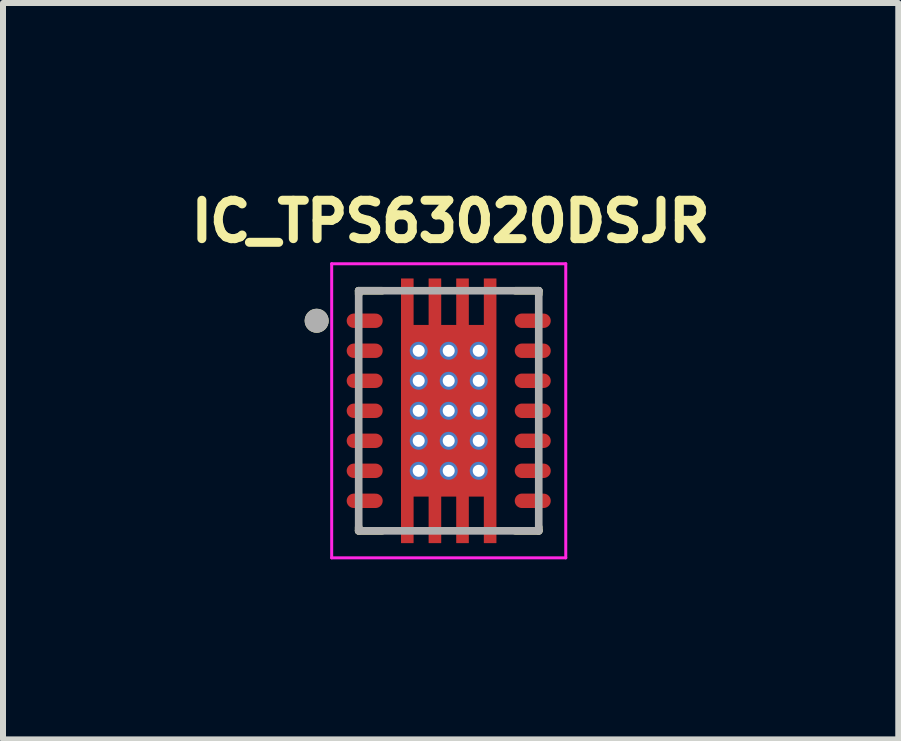
<source format=kicad_pcb>
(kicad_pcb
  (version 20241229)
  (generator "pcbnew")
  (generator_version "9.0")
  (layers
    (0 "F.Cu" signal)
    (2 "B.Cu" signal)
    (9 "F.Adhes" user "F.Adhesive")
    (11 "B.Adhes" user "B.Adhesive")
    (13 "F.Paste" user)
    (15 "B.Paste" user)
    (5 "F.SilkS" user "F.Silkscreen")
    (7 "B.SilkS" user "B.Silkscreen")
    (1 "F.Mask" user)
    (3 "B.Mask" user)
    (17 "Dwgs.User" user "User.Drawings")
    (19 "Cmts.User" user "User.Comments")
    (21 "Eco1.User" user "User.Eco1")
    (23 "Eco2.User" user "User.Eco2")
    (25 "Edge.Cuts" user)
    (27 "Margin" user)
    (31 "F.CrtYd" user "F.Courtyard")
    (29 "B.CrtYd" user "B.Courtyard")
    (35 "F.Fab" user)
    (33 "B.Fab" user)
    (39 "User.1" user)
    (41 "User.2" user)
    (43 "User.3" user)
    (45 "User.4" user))
  (footprint "IC_TPS63020DSJR"
    (layer "F.Cu")
    (at 4.426 3.794)
    (property "Reference" "IC_TPS63020DSJR" (at 0.032 -3.156 0) (layer "F.SilkS") (effects (font (size 0.64 0.64) (thickness 0.15))))
    (attr through_hole)
    (fp_poly (pts (xy -0.86 -2.27) (xy -0.52 -2.27) (xy -0.52 -1.495) (xy -0.4 -1.495) (xy -0.4 -2.27) (xy -0.06 -2.27) (xy -0.06 -1.495) (xy 0.06 -1.495) (xy 0.06 -2.27) (xy 0.4 -2.27) (xy 0.4 -1.495) (xy 0.52 -1.495) (xy 0.52 -2.27) (xy 0.86 -2.27) (xy 0.86 2.27) (xy 0.52 2.27) (xy 0.52 1.495) (xy 0.4 1.495) (xy 0.4 2.27) (xy 0.06 2.27) (xy 0.06 1.495) (xy -0.06 1.495) (xy -0.06 2.27) (xy -0.4 2.27) (xy -0.4 1.495) (xy -0.52 1.495) (xy -0.52 2.27) (xy -0.86 2.27)) (stroke (width 0.01) (type solid)) (fill yes) (layer "F.Mask"))
    (fp_poly (pts (xy -1.22 -1.69) (xy -1.21 -1.69) (xy -1.2 -1.689) (xy -1.19 -1.688) (xy -1.18 -1.686) (xy -1.171 -1.684) (xy -1.161 -1.681) (xy -1.152 -1.677) (xy -1.143 -1.674) (xy -1.134 -1.669) (xy -1.125 -1.665) (xy -1.117 -1.659) (xy -1.108 -1.654) (xy -1.1 -1.648) (xy -1.093 -1.641) (xy -1.086 -1.634) (xy -1.079 -1.627) (xy -1.072 -1.62) (xy -1.066 -1.612) (xy -1.061 -1.603) (xy -1.055 -1.595) (xy -1.051 -1.586) (xy -1.046 -1.577) (xy -1.043 -1.568) (xy -1.039 -1.559) (xy -1.036 -1.549) (xy -1.034 -1.54) (xy -1.032 -1.53) (xy -1.031 -1.52) (xy -1.03 -1.51) (xy -1.03 -1.5) (xy -1.03 -1.49) (xy -1.031 -1.48) (xy -1.032 -1.47) (xy -1.034 -1.46) (xy -1.036 -1.451) (xy -1.039 -1.441) (xy -1.043 -1.432) (xy -1.046 -1.423) (xy -1.051 -1.414) (xy -1.055 -1.405) (xy -1.061 -1.397) (xy -1.066 -1.388) (xy -1.072 -1.38) (xy -1.079 -1.373) (xy -1.086 -1.366) (xy -1.093 -1.359) (xy -1.1 -1.352) (xy -1.108 -1.346) (xy -1.117 -1.341) (xy -1.125 -1.335) (xy -1.134 -1.331) (xy -1.143 -1.326) (xy -1.152 -1.323) (xy -1.161 -1.319) (xy -1.171 -1.316) (xy -1.18 -1.314) (xy -1.19 -1.312) (xy -1.2 -1.311) (xy -1.21 -1.31) (xy -1.22 -1.31) (xy -1.58 -1.31) (xy -1.59 -1.31) (xy -1.6 -1.311) (xy -1.61 -1.312) (xy -1.62 -1.314) (xy -1.629 -1.316) (xy -1.639 -1.319) (xy -1.648 -1.323) (xy -1.657 -1.326) (xy -1.666 -1.331) (xy -1.675 -1.335) (xy -1.683 -1.341) (xy -1.692 -1.346) (xy -1.7 -1.352) (xy -1.707 -1.359) (xy -1.714 -1.366) (xy -1.721 -1.373) (xy -1.728 -1.38) (xy -1.734 -1.388) (xy -1.739 -1.397) (xy -1.745 -1.405) (xy -1.749 -1.414) (xy -1.754 -1.423) (xy -1.757 -1.432) (xy -1.761 -1.441) (xy -1.764 -1.451) (xy -1.766 -1.46) (xy -1.768 -1.47) (xy -1.769 -1.48) (xy -1.77 -1.49) (xy -1.77 -1.5) (xy -1.77 -1.51) (xy -1.769 -1.52) (xy -1.768 -1.53) (xy -1.766 -1.54) (xy -1.764 -1.549) (xy -1.761 -1.559) (xy -1.757 -1.568) (xy -1.754 -1.577) (xy -1.749 -1.586) (xy -1.745 -1.595) (xy -1.739 -1.603) (xy -1.734 -1.612) (xy -1.728 -1.62) (xy -1.721 -1.627) (xy -1.714 -1.634) (xy -1.707 -1.641) (xy -1.7 -1.648) (xy -1.692 -1.654) (xy -1.683 -1.659) (xy -1.675 -1.665) (xy -1.666 -1.669) (xy -1.657 -1.674) (xy -1.648 -1.677) (xy -1.639 -1.681) (xy -1.629 -1.684) (xy -1.62 -1.686) (xy -1.61 -1.688) (xy -1.6 -1.689) (xy -1.59 -1.69) (xy -1.58 -1.69) (xy -1.22 -1.69)) (stroke (width 0.01) (type solid)) (fill yes) (layer "F.Mask"))
    (fp_poly (pts (xy -1.22 -1.19) (xy -1.21 -1.19) (xy -1.2 -1.189) (xy -1.19 -1.188) (xy -1.18 -1.186) (xy -1.171 -1.184) (xy -1.161 -1.181) (xy -1.152 -1.177) (xy -1.143 -1.174) (xy -1.134 -1.169) (xy -1.125 -1.165) (xy -1.117 -1.159) (xy -1.108 -1.154) (xy -1.1 -1.148) (xy -1.093 -1.141) (xy -1.086 -1.134) (xy -1.079 -1.127) (xy -1.072 -1.12) (xy -1.066 -1.112) (xy -1.061 -1.103) (xy -1.055 -1.095) (xy -1.051 -1.086) (xy -1.046 -1.077) (xy -1.043 -1.068) (xy -1.039 -1.059) (xy -1.036 -1.049) (xy -1.034 -1.04) (xy -1.032 -1.03) (xy -1.031 -1.02) (xy -1.03 -1.01) (xy -1.03 -1) (xy -1.03 -0.99) (xy -1.031 -0.98) (xy -1.032 -0.97) (xy -1.034 -0.96) (xy -1.036 -0.951) (xy -1.039 -0.941) (xy -1.043 -0.932) (xy -1.046 -0.923) (xy -1.051 -0.914) (xy -1.055 -0.905) (xy -1.061 -0.897) (xy -1.066 -0.888) (xy -1.072 -0.88) (xy -1.079 -0.873) (xy -1.086 -0.866) (xy -1.093 -0.859) (xy -1.1 -0.852) (xy -1.108 -0.846) (xy -1.117 -0.841) (xy -1.125 -0.835) (xy -1.134 -0.831) (xy -1.143 -0.826) (xy -1.152 -0.823) (xy -1.161 -0.819) (xy -1.171 -0.816) (xy -1.18 -0.814) (xy -1.19 -0.812) (xy -1.2 -0.811) (xy -1.21 -0.81) (xy -1.22 -0.81) (xy -1.58 -0.81) (xy -1.59 -0.81) (xy -1.6 -0.811) (xy -1.61 -0.812) (xy -1.62 -0.814) (xy -1.629 -0.816) (xy -1.639 -0.819) (xy -1.648 -0.823) (xy -1.657 -0.826) (xy -1.666 -0.831) (xy -1.675 -0.835) (xy -1.683 -0.841) (xy -1.692 -0.846) (xy -1.7 -0.852) (xy -1.707 -0.859) (xy -1.714 -0.866) (xy -1.721 -0.873) (xy -1.728 -0.88) (xy -1.734 -0.888) (xy -1.739 -0.897) (xy -1.745 -0.905) (xy -1.749 -0.914) (xy -1.754 -0.923) (xy -1.757 -0.932) (xy -1.761 -0.941) (xy -1.764 -0.951) (xy -1.766 -0.96) (xy -1.768 -0.97) (xy -1.769 -0.98) (xy -1.77 -0.99) (xy -1.77 -1) (xy -1.77 -1.01) (xy -1.769 -1.02) (xy -1.768 -1.03) (xy -1.766 -1.04) (xy -1.764 -1.049) (xy -1.761 -1.059) (xy -1.757 -1.068) (xy -1.754 -1.077) (xy -1.749 -1.086) (xy -1.745 -1.095) (xy -1.739 -1.103) (xy -1.734 -1.112) (xy -1.728 -1.12) (xy -1.721 -1.127) (xy -1.714 -1.134) (xy -1.707 -1.141) (xy -1.7 -1.148) (xy -1.692 -1.154) (xy -1.683 -1.159) (xy -1.675 -1.165) (xy -1.666 -1.169) (xy -1.657 -1.174) (xy -1.648 -1.177) (xy -1.639 -1.181) (xy -1.629 -1.184) (xy -1.62 -1.186) (xy -1.61 -1.188) (xy -1.6 -1.189) (xy -1.59 -1.19) (xy -1.58 -1.19) (xy -1.22 -1.19)) (stroke (width 0.01) (type solid)) (fill yes) (layer "F.Mask"))
    (fp_poly (pts (xy -1.22 -0.69) (xy -1.21 -0.69) (xy -1.2 -0.689) (xy -1.19 -0.688) (xy -1.18 -0.686) (xy -1.171 -0.684) (xy -1.161 -0.681) (xy -1.152 -0.677) (xy -1.143 -0.674) (xy -1.134 -0.669) (xy -1.125 -0.665) (xy -1.117 -0.659) (xy -1.108 -0.654) (xy -1.1 -0.648) (xy -1.093 -0.641) (xy -1.086 -0.634) (xy -1.079 -0.627) (xy -1.072 -0.62) (xy -1.066 -0.612) (xy -1.061 -0.603) (xy -1.055 -0.595) (xy -1.051 -0.586) (xy -1.046 -0.577) (xy -1.043 -0.568) (xy -1.039 -0.559) (xy -1.036 -0.549) (xy -1.034 -0.54) (xy -1.032 -0.53) (xy -1.031 -0.52) (xy -1.03 -0.51) (xy -1.03 -0.5) (xy -1.03 -0.49) (xy -1.031 -0.48) (xy -1.032 -0.47) (xy -1.034 -0.46) (xy -1.036 -0.451) (xy -1.039 -0.441) (xy -1.043 -0.432) (xy -1.046 -0.423) (xy -1.051 -0.414) (xy -1.055 -0.405) (xy -1.061 -0.397) (xy -1.066 -0.388) (xy -1.072 -0.38) (xy -1.079 -0.373) (xy -1.086 -0.366) (xy -1.093 -0.359) (xy -1.1 -0.352) (xy -1.108 -0.346) (xy -1.117 -0.341) (xy -1.125 -0.335) (xy -1.134 -0.331) (xy -1.143 -0.326) (xy -1.152 -0.323) (xy -1.161 -0.319) (xy -1.171 -0.316) (xy -1.18 -0.314) (xy -1.19 -0.312) (xy -1.2 -0.311) (xy -1.21 -0.31) (xy -1.22 -0.31) (xy -1.58 -0.31) (xy -1.59 -0.31) (xy -1.6 -0.311) (xy -1.61 -0.312) (xy -1.62 -0.314) (xy -1.629 -0.316) (xy -1.639 -0.319) (xy -1.648 -0.323) (xy -1.657 -0.326) (xy -1.666 -0.331) (xy -1.675 -0.335) (xy -1.683 -0.341) (xy -1.692 -0.346) (xy -1.7 -0.352) (xy -1.707 -0.359) (xy -1.714 -0.366) (xy -1.721 -0.373) (xy -1.728 -0.38) (xy -1.734 -0.388) (xy -1.739 -0.397) (xy -1.745 -0.405) (xy -1.749 -0.414) (xy -1.754 -0.423) (xy -1.757 -0.432) (xy -1.761 -0.441) (xy -1.764 -0.451) (xy -1.766 -0.46) (xy -1.768 -0.47) (xy -1.769 -0.48) (xy -1.77 -0.49) (xy -1.77 -0.5) (xy -1.77 -0.51) (xy -1.769 -0.52) (xy -1.768 -0.53) (xy -1.766 -0.54) (xy -1.764 -0.549) (xy -1.761 -0.559) (xy -1.757 -0.568) (xy -1.754 -0.577) (xy -1.749 -0.586) (xy -1.745 -0.595) (xy -1.739 -0.603) (xy -1.734 -0.612) (xy -1.728 -0.62) (xy -1.721 -0.627) (xy -1.714 -0.634) (xy -1.707 -0.641) (xy -1.7 -0.648) (xy -1.692 -0.654) (xy -1.683 -0.659) (xy -1.675 -0.665) (xy -1.666 -0.669) (xy -1.657 -0.674) (xy -1.648 -0.677) (xy -1.639 -0.681) (xy -1.629 -0.684) (xy -1.62 -0.686) (xy -1.61 -0.688) (xy -1.6 -0.689) (xy -1.59 -0.69) (xy -1.58 -0.69) (xy -1.22 -0.69)) (stroke (width 0.01) (type solid)) (fill yes) (layer "F.Mask"))
    (fp_poly (pts (xy -1.22 -0.19) (xy -1.21 -0.19) (xy -1.2 -0.189) (xy -1.19 -0.188) (xy -1.18 -0.186) (xy -1.171 -0.184) (xy -1.161 -0.181) (xy -1.152 -0.177) (xy -1.143 -0.174) (xy -1.134 -0.169) (xy -1.125 -0.165) (xy -1.117 -0.159) (xy -1.108 -0.154) (xy -1.1 -0.148) (xy -1.093 -0.141) (xy -1.086 -0.134) (xy -1.079 -0.127) (xy -1.072 -0.12) (xy -1.066 -0.112) (xy -1.061 -0.103) (xy -1.055 -0.095) (xy -1.051 -0.086) (xy -1.046 -0.077) (xy -1.043 -0.068) (xy -1.039 -0.059) (xy -1.036 -0.049) (xy -1.034 -0.04) (xy -1.032 -0.03) (xy -1.031 -0.02) (xy -1.03 -0.01) (xy -1.03 0) (xy -1.03 0.01) (xy -1.031 0.02) (xy -1.032 0.03) (xy -1.034 0.04) (xy -1.036 0.049) (xy -1.039 0.059) (xy -1.043 0.068) (xy -1.046 0.077) (xy -1.051 0.086) (xy -1.055 0.095) (xy -1.061 0.103) (xy -1.066 0.112) (xy -1.072 0.12) (xy -1.079 0.127) (xy -1.086 0.134) (xy -1.093 0.141) (xy -1.1 0.148) (xy -1.108 0.154) (xy -1.117 0.159) (xy -1.125 0.165) (xy -1.134 0.169) (xy -1.143 0.174) (xy -1.152 0.177) (xy -1.161 0.181) (xy -1.171 0.184) (xy -1.18 0.186) (xy -1.19 0.188) (xy -1.2 0.189) (xy -1.21 0.19) (xy -1.22 0.19) (xy -1.58 0.19) (xy -1.59 0.19) (xy -1.6 0.189) (xy -1.61 0.188) (xy -1.62 0.186) (xy -1.629 0.184) (xy -1.639 0.181) (xy -1.648 0.177) (xy -1.657 0.174) (xy -1.666 0.169) (xy -1.675 0.165) (xy -1.683 0.159) (xy -1.692 0.154) (xy -1.7 0.148) (xy -1.707 0.141) (xy -1.714 0.134) (xy -1.721 0.127) (xy -1.728 0.12) (xy -1.734 0.112) (xy -1.739 0.103) (xy -1.745 0.095) (xy -1.749 0.086) (xy -1.754 0.077) (xy -1.757 0.068) (xy -1.761 0.059) (xy -1.764 0.049) (xy -1.766 0.04) (xy -1.768 0.03) (xy -1.769 0.02) (xy -1.77 0.01) (xy -1.77 0) (xy -1.77 -0.01) (xy -1.769 -0.02) (xy -1.768 -0.03) (xy -1.766 -0.04) (xy -1.764 -0.049) (xy -1.761 -0.059) (xy -1.757 -0.068) (xy -1.754 -0.077) (xy -1.749 -0.086) (xy -1.745 -0.095) (xy -1.739 -0.103) (xy -1.734 -0.112) (xy -1.728 -0.12) (xy -1.721 -0.127) (xy -1.714 -0.134) (xy -1.707 -0.141) (xy -1.7 -0.148) (xy -1.692 -0.154) (xy -1.683 -0.159) (xy -1.675 -0.165) (xy -1.666 -0.169) (xy -1.657 -0.174) (xy -1.648 -0.177) (xy -1.639 -0.181) (xy -1.629 -0.184) (xy -1.62 -0.186) (xy -1.61 -0.188) (xy -1.6 -0.189) (xy -1.59 -0.19) (xy -1.58 -0.19) (xy -1.22 -0.19)) (stroke (width 0.01) (type solid)) (fill yes) (layer "F.Mask"))
    (fp_poly (pts (xy -1.22 0.31) (xy -1.21 0.31) (xy -1.2 0.311) (xy -1.19 0.312) (xy -1.18 0.314) (xy -1.171 0.316) (xy -1.161 0.319) (xy -1.152 0.323) (xy -1.143 0.326) (xy -1.134 0.331) (xy -1.125 0.335) (xy -1.117 0.341) (xy -1.108 0.346) (xy -1.1 0.352) (xy -1.093 0.359) (xy -1.086 0.366) (xy -1.079 0.373) (xy -1.072 0.38) (xy -1.066 0.388) (xy -1.061 0.397) (xy -1.055 0.405) (xy -1.051 0.414) (xy -1.046 0.423) (xy -1.043 0.432) (xy -1.039 0.441) (xy -1.036 0.451) (xy -1.034 0.46) (xy -1.032 0.47) (xy -1.031 0.48) (xy -1.03 0.49) (xy -1.03 0.5) (xy -1.03 0.51) (xy -1.031 0.52) (xy -1.032 0.53) (xy -1.034 0.54) (xy -1.036 0.549) (xy -1.039 0.559) (xy -1.043 0.568) (xy -1.046 0.577) (xy -1.051 0.586) (xy -1.055 0.595) (xy -1.061 0.603) (xy -1.066 0.612) (xy -1.072 0.62) (xy -1.079 0.627) (xy -1.086 0.634) (xy -1.093 0.641) (xy -1.1 0.648) (xy -1.108 0.654) (xy -1.117 0.659) (xy -1.125 0.665) (xy -1.134 0.669) (xy -1.143 0.674) (xy -1.152 0.677) (xy -1.161 0.681) (xy -1.171 0.684) (xy -1.18 0.686) (xy -1.19 0.688) (xy -1.2 0.689) (xy -1.21 0.69) (xy -1.22 0.69) (xy -1.58 0.69) (xy -1.59 0.69) (xy -1.6 0.689) (xy -1.61 0.688) (xy -1.62 0.686) (xy -1.629 0.684) (xy -1.639 0.681) (xy -1.648 0.677) (xy -1.657 0.674) (xy -1.666 0.669) (xy -1.675 0.665) (xy -1.683 0.659) (xy -1.692 0.654) (xy -1.7 0.648) (xy -1.707 0.641) (xy -1.714 0.634) (xy -1.721 0.627) (xy -1.728 0.62) (xy -1.734 0.612) (xy -1.739 0.603) (xy -1.745 0.595) (xy -1.749 0.586) (xy -1.754 0.577) (xy -1.757 0.568) (xy -1.761 0.559) (xy -1.764 0.549) (xy -1.766 0.54) (xy -1.768 0.53) (xy -1.769 0.52) (xy -1.77 0.51) (xy -1.77 0.5) (xy -1.77 0.49) (xy -1.769 0.48) (xy -1.768 0.47) (xy -1.766 0.46) (xy -1.764 0.451) (xy -1.761 0.441) (xy -1.757 0.432) (xy -1.754 0.423) (xy -1.749 0.414) (xy -1.745 0.405) (xy -1.739 0.397) (xy -1.734 0.388) (xy -1.728 0.38) (xy -1.721 0.373) (xy -1.714 0.366) (xy -1.707 0.359) (xy -1.7 0.352) (xy -1.692 0.346) (xy -1.683 0.341) (xy -1.675 0.335) (xy -1.666 0.331) (xy -1.657 0.326) (xy -1.648 0.323) (xy -1.639 0.319) (xy -1.629 0.316) (xy -1.62 0.314) (xy -1.61 0.312) (xy -1.6 0.311) (xy -1.59 0.31) (xy -1.58 0.31) (xy -1.22 0.31)) (stroke (width 0.01) (type solid)) (fill yes) (layer "F.Mask"))
    (fp_poly (pts (xy -1.22 0.81) (xy -1.21 0.81) (xy -1.2 0.811) (xy -1.19 0.812) (xy -1.18 0.814) (xy -1.171 0.816) (xy -1.161 0.819) (xy -1.152 0.823) (xy -1.143 0.826) (xy -1.134 0.831) (xy -1.125 0.835) (xy -1.117 0.841) (xy -1.108 0.846) (xy -1.1 0.852) (xy -1.093 0.859) (xy -1.086 0.866) (xy -1.079 0.873) (xy -1.072 0.88) (xy -1.066 0.888) (xy -1.061 0.897) (xy -1.055 0.905) (xy -1.051 0.914) (xy -1.046 0.923) (xy -1.043 0.932) (xy -1.039 0.941) (xy -1.036 0.951) (xy -1.034 0.96) (xy -1.032 0.97) (xy -1.031 0.98) (xy -1.03 0.99) (xy -1.03 1) (xy -1.03 1.01) (xy -1.031 1.02) (xy -1.032 1.03) (xy -1.034 1.04) (xy -1.036 1.049) (xy -1.039 1.059) (xy -1.043 1.068) (xy -1.046 1.077) (xy -1.051 1.086) (xy -1.055 1.095) (xy -1.061 1.103) (xy -1.066 1.112) (xy -1.072 1.12) (xy -1.079 1.127) (xy -1.086 1.134) (xy -1.093 1.141) (xy -1.1 1.148) (xy -1.108 1.154) (xy -1.117 1.159) (xy -1.125 1.165) (xy -1.134 1.169) (xy -1.143 1.174) (xy -1.152 1.177) (xy -1.161 1.181) (xy -1.171 1.184) (xy -1.18 1.186) (xy -1.19 1.188) (xy -1.2 1.189) (xy -1.21 1.19) (xy -1.22 1.19) (xy -1.58 1.19) (xy -1.59 1.19) (xy -1.6 1.189) (xy -1.61 1.188) (xy -1.62 1.186) (xy -1.629 1.184) (xy -1.639 1.181) (xy -1.648 1.177) (xy -1.657 1.174) (xy -1.666 1.169) (xy -1.675 1.165) (xy -1.683 1.159) (xy -1.692 1.154) (xy -1.7 1.148) (xy -1.707 1.141) (xy -1.714 1.134) (xy -1.721 1.127) (xy -1.728 1.12) (xy -1.734 1.112) (xy -1.739 1.103) (xy -1.745 1.095) (xy -1.749 1.086) (xy -1.754 1.077) (xy -1.757 1.068) (xy -1.761 1.059) (xy -1.764 1.049) (xy -1.766 1.04) (xy -1.768 1.03) (xy -1.769 1.02) (xy -1.77 1.01) (xy -1.77 1) (xy -1.77 0.99) (xy -1.769 0.98) (xy -1.768 0.97) (xy -1.766 0.96) (xy -1.764 0.951) (xy -1.761 0.941) (xy -1.757 0.932) (xy -1.754 0.923) (xy -1.749 0.914) (xy -1.745 0.905) (xy -1.739 0.897) (xy -1.734 0.888) (xy -1.728 0.88) (xy -1.721 0.873) (xy -1.714 0.866) (xy -1.707 0.859) (xy -1.7 0.852) (xy -1.692 0.846) (xy -1.683 0.841) (xy -1.675 0.835) (xy -1.666 0.831) (xy -1.657 0.826) (xy -1.648 0.823) (xy -1.639 0.819) (xy -1.629 0.816) (xy -1.62 0.814) (xy -1.61 0.812) (xy -1.6 0.811) (xy -1.59 0.81) (xy -1.58 0.81) (xy -1.22 0.81)) (stroke (width 0.01) (type solid)) (fill yes) (layer "F.Mask"))
    (fp_poly (pts (xy -1.22 1.31) (xy -1.21 1.31) (xy -1.2 1.311) (xy -1.19 1.312) (xy -1.18 1.314) (xy -1.171 1.316) (xy -1.161 1.319) (xy -1.152 1.323) (xy -1.143 1.326) (xy -1.134 1.331) (xy -1.125 1.335) (xy -1.117 1.341) (xy -1.108 1.346) (xy -1.1 1.352) (xy -1.093 1.359) (xy -1.086 1.366) (xy -1.079 1.373) (xy -1.072 1.38) (xy -1.066 1.388) (xy -1.061 1.397) (xy -1.055 1.405) (xy -1.051 1.414) (xy -1.046 1.423) (xy -1.043 1.432) (xy -1.039 1.441) (xy -1.036 1.451) (xy -1.034 1.46) (xy -1.032 1.47) (xy -1.031 1.48) (xy -1.03 1.49) (xy -1.03 1.5) (xy -1.03 1.51) (xy -1.031 1.52) (xy -1.032 1.53) (xy -1.034 1.54) (xy -1.036 1.549) (xy -1.039 1.559) (xy -1.043 1.568) (xy -1.046 1.577) (xy -1.051 1.586) (xy -1.055 1.595) (xy -1.061 1.603) (xy -1.066 1.612) (xy -1.072 1.62) (xy -1.079 1.627) (xy -1.086 1.634) (xy -1.093 1.641) (xy -1.1 1.648) (xy -1.108 1.654) (xy -1.117 1.659) (xy -1.125 1.665) (xy -1.134 1.669) (xy -1.143 1.674) (xy -1.152 1.677) (xy -1.161 1.681) (xy -1.171 1.684) (xy -1.18 1.686) (xy -1.19 1.688) (xy -1.2 1.689) (xy -1.21 1.69) (xy -1.22 1.69) (xy -1.58 1.69) (xy -1.59 1.69) (xy -1.6 1.689) (xy -1.61 1.688) (xy -1.62 1.686) (xy -1.629 1.684) (xy -1.639 1.681) (xy -1.648 1.677) (xy -1.657 1.674) (xy -1.666 1.669) (xy -1.675 1.665) (xy -1.683 1.659) (xy -1.692 1.654) (xy -1.7 1.648) (xy -1.707 1.641) (xy -1.714 1.634) (xy -1.721 1.627) (xy -1.728 1.62) (xy -1.734 1.612) (xy -1.739 1.603) (xy -1.745 1.595) (xy -1.749 1.586) (xy -1.754 1.577) (xy -1.757 1.568) (xy -1.761 1.559) (xy -1.764 1.549) (xy -1.766 1.54) (xy -1.768 1.53) (xy -1.769 1.52) (xy -1.77 1.51) (xy -1.77 1.5) (xy -1.77 1.49) (xy -1.769 1.48) (xy -1.768 1.47) (xy -1.766 1.46) (xy -1.764 1.451) (xy -1.761 1.441) (xy -1.757 1.432) (xy -1.754 1.423) (xy -1.749 1.414) (xy -1.745 1.405) (xy -1.739 1.397) (xy -1.734 1.388) (xy -1.728 1.38) (xy -1.721 1.373) (xy -1.714 1.366) (xy -1.707 1.359) (xy -1.7 1.352) (xy -1.692 1.346) (xy -1.683 1.341) (xy -1.675 1.335) (xy -1.666 1.331) (xy -1.657 1.326) (xy -1.648 1.323) (xy -1.639 1.319) (xy -1.629 1.316) (xy -1.62 1.314) (xy -1.61 1.312) (xy -1.6 1.311) (xy -1.59 1.31) (xy -1.58 1.31) (xy -1.22 1.31)) (stroke (width 0.01) (type solid)) (fill yes) (layer "F.Mask"))
    (fp_poly (pts (xy 1.58 -1.69) (xy 1.59 -1.69) (xy 1.6 -1.689) (xy 1.61 -1.688) (xy 1.62 -1.686) (xy 1.629 -1.684) (xy 1.639 -1.681) (xy 1.648 -1.677) (xy 1.657 -1.674) (xy 1.666 -1.669) (xy 1.675 -1.665) (xy 1.683 -1.659) (xy 1.692 -1.654) (xy 1.7 -1.648) (xy 1.707 -1.641) (xy 1.714 -1.634) (xy 1.721 -1.627) (xy 1.728 -1.62) (xy 1.734 -1.612) (xy 1.739 -1.603) (xy 1.745 -1.595) (xy 1.749 -1.586) (xy 1.754 -1.577) (xy 1.757 -1.568) (xy 1.761 -1.559) (xy 1.764 -1.549) (xy 1.766 -1.54) (xy 1.768 -1.53) (xy 1.769 -1.52) (xy 1.77 -1.51) (xy 1.77 -1.5) (xy 1.77 -1.49) (xy 1.769 -1.48) (xy 1.768 -1.47) (xy 1.766 -1.46) (xy 1.764 -1.451) (xy 1.761 -1.441) (xy 1.757 -1.432) (xy 1.754 -1.423) (xy 1.749 -1.414) (xy 1.745 -1.405) (xy 1.739 -1.397) (xy 1.734 -1.388) (xy 1.728 -1.38) (xy 1.721 -1.373) (xy 1.714 -1.366) (xy 1.707 -1.359) (xy 1.7 -1.352) (xy 1.692 -1.346) (xy 1.683 -1.341) (xy 1.675 -1.335) (xy 1.666 -1.331) (xy 1.657 -1.326) (xy 1.648 -1.323) (xy 1.639 -1.319) (xy 1.629 -1.316) (xy 1.62 -1.314) (xy 1.61 -1.312) (xy 1.6 -1.311) (xy 1.59 -1.31) (xy 1.58 -1.31) (xy 1.22 -1.31) (xy 1.21 -1.31) (xy 1.2 -1.311) (xy 1.19 -1.312) (xy 1.18 -1.314) (xy 1.171 -1.316) (xy 1.161 -1.319) (xy 1.152 -1.323) (xy 1.143 -1.326) (xy 1.134 -1.331) (xy 1.125 -1.335) (xy 1.117 -1.341) (xy 1.108 -1.346) (xy 1.1 -1.352) (xy 1.093 -1.359) (xy 1.086 -1.366) (xy 1.079 -1.373) (xy 1.072 -1.38) (xy 1.066 -1.388) (xy 1.061 -1.397) (xy 1.055 -1.405) (xy 1.051 -1.414) (xy 1.046 -1.423) (xy 1.043 -1.432) (xy 1.039 -1.441) (xy 1.036 -1.451) (xy 1.034 -1.46) (xy 1.032 -1.47) (xy 1.031 -1.48) (xy 1.03 -1.49) (xy 1.03 -1.5) (xy 1.03 -1.51) (xy 1.031 -1.52) (xy 1.032 -1.53) (xy 1.034 -1.54) (xy 1.036 -1.549) (xy 1.039 -1.559) (xy 1.043 -1.568) (xy 1.046 -1.577) (xy 1.051 -1.586) (xy 1.055 -1.595) (xy 1.061 -1.603) (xy 1.066 -1.612) (xy 1.072 -1.62) (xy 1.079 -1.627) (xy 1.086 -1.634) (xy 1.093 -1.641) (xy 1.1 -1.648) (xy 1.108 -1.654) (xy 1.117 -1.659) (xy 1.125 -1.665) (xy 1.134 -1.669) (xy 1.143 -1.674) (xy 1.152 -1.677) (xy 1.161 -1.681) (xy 1.171 -1.684) (xy 1.18 -1.686) (xy 1.19 -1.688) (xy 1.2 -1.689) (xy 1.21 -1.69) (xy 1.22 -1.69) (xy 1.58 -1.69)) (stroke (width 0.01) (type solid)) (fill yes) (layer "F.Mask"))
    (fp_poly (pts (xy 1.58 -1.19) (xy 1.59 -1.19) (xy 1.6 -1.189) (xy 1.61 -1.188) (xy 1.62 -1.186) (xy 1.629 -1.184) (xy 1.639 -1.181) (xy 1.648 -1.177) (xy 1.657 -1.174) (xy 1.666 -1.169) (xy 1.675 -1.165) (xy 1.683 -1.159) (xy 1.692 -1.154) (xy 1.7 -1.148) (xy 1.707 -1.141) (xy 1.714 -1.134) (xy 1.721 -1.127) (xy 1.728 -1.12) (xy 1.734 -1.112) (xy 1.739 -1.103) (xy 1.745 -1.095) (xy 1.749 -1.086) (xy 1.754 -1.077) (xy 1.757 -1.068) (xy 1.761 -1.059) (xy 1.764 -1.049) (xy 1.766 -1.04) (xy 1.768 -1.03) (xy 1.769 -1.02) (xy 1.77 -1.01) (xy 1.77 -1) (xy 1.77 -0.99) (xy 1.769 -0.98) (xy 1.768 -0.97) (xy 1.766 -0.96) (xy 1.764 -0.951) (xy 1.761 -0.941) (xy 1.757 -0.932) (xy 1.754 -0.923) (xy 1.749 -0.914) (xy 1.745 -0.905) (xy 1.739 -0.897) (xy 1.734 -0.888) (xy 1.728 -0.88) (xy 1.721 -0.873) (xy 1.714 -0.866) (xy 1.707 -0.859) (xy 1.7 -0.852) (xy 1.692 -0.846) (xy 1.683 -0.841) (xy 1.675 -0.835) (xy 1.666 -0.831) (xy 1.657 -0.826) (xy 1.648 -0.823) (xy 1.639 -0.819) (xy 1.629 -0.816) (xy 1.62 -0.814) (xy 1.61 -0.812) (xy 1.6 -0.811) (xy 1.59 -0.81) (xy 1.58 -0.81) (xy 1.22 -0.81) (xy 1.21 -0.81) (xy 1.2 -0.811) (xy 1.19 -0.812) (xy 1.18 -0.814) (xy 1.171 -0.816) (xy 1.161 -0.819) (xy 1.152 -0.823) (xy 1.143 -0.826) (xy 1.134 -0.831) (xy 1.125 -0.835) (xy 1.117 -0.841) (xy 1.108 -0.846) (xy 1.1 -0.852) (xy 1.093 -0.859) (xy 1.086 -0.866) (xy 1.079 -0.873) (xy 1.072 -0.88) (xy 1.066 -0.888) (xy 1.061 -0.897) (xy 1.055 -0.905) (xy 1.051 -0.914) (xy 1.046 -0.923) (xy 1.043 -0.932) (xy 1.039 -0.941) (xy 1.036 -0.951) (xy 1.034 -0.96) (xy 1.032 -0.97) (xy 1.031 -0.98) (xy 1.03 -0.99) (xy 1.03 -1) (xy 1.03 -1.01) (xy 1.031 -1.02) (xy 1.032 -1.03) (xy 1.034 -1.04) (xy 1.036 -1.049) (xy 1.039 -1.059) (xy 1.043 -1.068) (xy 1.046 -1.077) (xy 1.051 -1.086) (xy 1.055 -1.095) (xy 1.061 -1.103) (xy 1.066 -1.112) (xy 1.072 -1.12) (xy 1.079 -1.127) (xy 1.086 -1.134) (xy 1.093 -1.141) (xy 1.1 -1.148) (xy 1.108 -1.154) (xy 1.117 -1.159) (xy 1.125 -1.165) (xy 1.134 -1.169) (xy 1.143 -1.174) (xy 1.152 -1.177) (xy 1.161 -1.181) (xy 1.171 -1.184) (xy 1.18 -1.186) (xy 1.19 -1.188) (xy 1.2 -1.189) (xy 1.21 -1.19) (xy 1.22 -1.19) (xy 1.58 -1.19)) (stroke (width 0.01) (type solid)) (fill yes) (layer "F.Mask"))
    (fp_poly (pts (xy 1.58 -0.69) (xy 1.59 -0.69) (xy 1.6 -0.689) (xy 1.61 -0.688) (xy 1.62 -0.686) (xy 1.629 -0.684) (xy 1.639 -0.681) (xy 1.648 -0.677) (xy 1.657 -0.674) (xy 1.666 -0.669) (xy 1.675 -0.665) (xy 1.683 -0.659) (xy 1.692 -0.654) (xy 1.7 -0.648) (xy 1.707 -0.641) (xy 1.714 -0.634) (xy 1.721 -0.627) (xy 1.728 -0.62) (xy 1.734 -0.612) (xy 1.739 -0.603) (xy 1.745 -0.595) (xy 1.749 -0.586) (xy 1.754 -0.577) (xy 1.757 -0.568) (xy 1.761 -0.559) (xy 1.764 -0.549) (xy 1.766 -0.54) (xy 1.768 -0.53) (xy 1.769 -0.52) (xy 1.77 -0.51) (xy 1.77 -0.5) (xy 1.77 -0.49) (xy 1.769 -0.48) (xy 1.768 -0.47) (xy 1.766 -0.46) (xy 1.764 -0.451) (xy 1.761 -0.441) (xy 1.757 -0.432) (xy 1.754 -0.423) (xy 1.749 -0.414) (xy 1.745 -0.405) (xy 1.739 -0.397) (xy 1.734 -0.388) (xy 1.728 -0.38) (xy 1.721 -0.373) (xy 1.714 -0.366) (xy 1.707 -0.359) (xy 1.7 -0.352) (xy 1.692 -0.346) (xy 1.683 -0.341) (xy 1.675 -0.335) (xy 1.666 -0.331) (xy 1.657 -0.326) (xy 1.648 -0.323) (xy 1.639 -0.319) (xy 1.629 -0.316) (xy 1.62 -0.314) (xy 1.61 -0.312) (xy 1.6 -0.311) (xy 1.59 -0.31) (xy 1.58 -0.31) (xy 1.22 -0.31) (xy 1.21 -0.31) (xy 1.2 -0.311) (xy 1.19 -0.312) (xy 1.18 -0.314) (xy 1.171 -0.316) (xy 1.161 -0.319) (xy 1.152 -0.323) (xy 1.143 -0.326) (xy 1.134 -0.331) (xy 1.125 -0.335) (xy 1.117 -0.341) (xy 1.108 -0.346) (xy 1.1 -0.352) (xy 1.093 -0.359) (xy 1.086 -0.366) (xy 1.079 -0.373) (xy 1.072 -0.38) (xy 1.066 -0.388) (xy 1.061 -0.397) (xy 1.055 -0.405) (xy 1.051 -0.414) (xy 1.046 -0.423) (xy 1.043 -0.432) (xy 1.039 -0.441) (xy 1.036 -0.451) (xy 1.034 -0.46) (xy 1.032 -0.47) (xy 1.031 -0.48) (xy 1.03 -0.49) (xy 1.03 -0.5) (xy 1.03 -0.51) (xy 1.031 -0.52) (xy 1.032 -0.53) (xy 1.034 -0.54) (xy 1.036 -0.549) (xy 1.039 -0.559) (xy 1.043 -0.568) (xy 1.046 -0.577) (xy 1.051 -0.586) (xy 1.055 -0.595) (xy 1.061 -0.603) (xy 1.066 -0.612) (xy 1.072 -0.62) (xy 1.079 -0.627) (xy 1.086 -0.634) (xy 1.093 -0.641) (xy 1.1 -0.648) (xy 1.108 -0.654) (xy 1.117 -0.659) (xy 1.125 -0.665) (xy 1.134 -0.669) (xy 1.143 -0.674) (xy 1.152 -0.677) (xy 1.161 -0.681) (xy 1.171 -0.684) (xy 1.18 -0.686) (xy 1.19 -0.688) (xy 1.2 -0.689) (xy 1.21 -0.69) (xy 1.22 -0.69) (xy 1.58 -0.69)) (stroke (width 0.01) (type solid)) (fill yes) (layer "F.Mask"))
    (fp_poly (pts (xy 1.58 -0.19) (xy 1.59 -0.19) (xy 1.6 -0.189) (xy 1.61 -0.188) (xy 1.62 -0.186) (xy 1.629 -0.184) (xy 1.639 -0.181) (xy 1.648 -0.177) (xy 1.657 -0.174) (xy 1.666 -0.169) (xy 1.675 -0.165) (xy 1.683 -0.159) (xy 1.692 -0.154) (xy 1.7 -0.148) (xy 1.707 -0.141) (xy 1.714 -0.134) (xy 1.721 -0.127) (xy 1.728 -0.12) (xy 1.734 -0.112) (xy 1.739 -0.103) (xy 1.745 -0.095) (xy 1.749 -0.086) (xy 1.754 -0.077) (xy 1.757 -0.068) (xy 1.761 -0.059) (xy 1.764 -0.049) (xy 1.766 -0.04) (xy 1.768 -0.03) (xy 1.769 -0.02) (xy 1.77 -0.01) (xy 1.77 0) (xy 1.77 0.01) (xy 1.769 0.02) (xy 1.768 0.03) (xy 1.766 0.04) (xy 1.764 0.049) (xy 1.761 0.059) (xy 1.757 0.068) (xy 1.754 0.077) (xy 1.749 0.086) (xy 1.745 0.095) (xy 1.739 0.103) (xy 1.734 0.112) (xy 1.728 0.12) (xy 1.721 0.127) (xy 1.714 0.134) (xy 1.707 0.141) (xy 1.7 0.148) (xy 1.692 0.154) (xy 1.683 0.159) (xy 1.675 0.165) (xy 1.666 0.169) (xy 1.657 0.174) (xy 1.648 0.177) (xy 1.639 0.181) (xy 1.629 0.184) (xy 1.62 0.186) (xy 1.61 0.188) (xy 1.6 0.189) (xy 1.59 0.19) (xy 1.58 0.19) (xy 1.22 0.19) (xy 1.21 0.19) (xy 1.2 0.189) (xy 1.19 0.188) (xy 1.18 0.186) (xy 1.171 0.184) (xy 1.161 0.181) (xy 1.152 0.177) (xy 1.143 0.174) (xy 1.134 0.169) (xy 1.125 0.165) (xy 1.117 0.159) (xy 1.108 0.154) (xy 1.1 0.148) (xy 1.093 0.141) (xy 1.086 0.134) (xy 1.079 0.127) (xy 1.072 0.12) (xy 1.066 0.112) (xy 1.061 0.103) (xy 1.055 0.095) (xy 1.051 0.086) (xy 1.046 0.077) (xy 1.043 0.068) (xy 1.039 0.059) (xy 1.036 0.049) (xy 1.034 0.04) (xy 1.032 0.03) (xy 1.031 0.02) (xy 1.03 0.01) (xy 1.03 0) (xy 1.03 -0.01) (xy 1.031 -0.02) (xy 1.032 -0.03) (xy 1.034 -0.04) (xy 1.036 -0.049) (xy 1.039 -0.059) (xy 1.043 -0.068) (xy 1.046 -0.077) (xy 1.051 -0.086) (xy 1.055 -0.095) (xy 1.061 -0.103) (xy 1.066 -0.112) (xy 1.072 -0.12) (xy 1.079 -0.127) (xy 1.086 -0.134) (xy 1.093 -0.141) (xy 1.1 -0.148) (xy 1.108 -0.154) (xy 1.117 -0.159) (xy 1.125 -0.165) (xy 1.134 -0.169) (xy 1.143 -0.174) (xy 1.152 -0.177) (xy 1.161 -0.181) (xy 1.171 -0.184) (xy 1.18 -0.186) (xy 1.19 -0.188) (xy 1.2 -0.189) (xy 1.21 -0.19) (xy 1.22 -0.19) (xy 1.58 -0.19)) (stroke (width 0.01) (type solid)) (fill yes) (layer "F.Mask"))
    (fp_poly (pts (xy 1.58 0.31) (xy 1.59 0.31) (xy 1.6 0.311) (xy 1.61 0.312) (xy 1.62 0.314) (xy 1.629 0.316) (xy 1.639 0.319) (xy 1.648 0.323) (xy 1.657 0.326) (xy 1.666 0.331) (xy 1.675 0.335) (xy 1.683 0.341) (xy 1.692 0.346) (xy 1.7 0.352) (xy 1.707 0.359) (xy 1.714 0.366) (xy 1.721 0.373) (xy 1.728 0.38) (xy 1.734 0.388) (xy 1.739 0.397) (xy 1.745 0.405) (xy 1.749 0.414) (xy 1.754 0.423) (xy 1.757 0.432) (xy 1.761 0.441) (xy 1.764 0.451) (xy 1.766 0.46) (xy 1.768 0.47) (xy 1.769 0.48) (xy 1.77 0.49) (xy 1.77 0.5) (xy 1.77 0.51) (xy 1.769 0.52) (xy 1.768 0.53) (xy 1.766 0.54) (xy 1.764 0.549) (xy 1.761 0.559) (xy 1.757 0.568) (xy 1.754 0.577) (xy 1.749 0.586) (xy 1.745 0.595) (xy 1.739 0.603) (xy 1.734 0.612) (xy 1.728 0.62) (xy 1.721 0.627) (xy 1.714 0.634) (xy 1.707 0.641) (xy 1.7 0.648) (xy 1.692 0.654) (xy 1.683 0.659) (xy 1.675 0.665) (xy 1.666 0.669) (xy 1.657 0.674) (xy 1.648 0.677) (xy 1.639 0.681) (xy 1.629 0.684) (xy 1.62 0.686) (xy 1.61 0.688) (xy 1.6 0.689) (xy 1.59 0.69) (xy 1.58 0.69) (xy 1.22 0.69) (xy 1.21 0.69) (xy 1.2 0.689) (xy 1.19 0.688) (xy 1.18 0.686) (xy 1.171 0.684) (xy 1.161 0.681) (xy 1.152 0.677) (xy 1.143 0.674) (xy 1.134 0.669) (xy 1.125 0.665) (xy 1.117 0.659) (xy 1.108 0.654) (xy 1.1 0.648) (xy 1.093 0.641) (xy 1.086 0.634) (xy 1.079 0.627) (xy 1.072 0.62) (xy 1.066 0.612) (xy 1.061 0.603) (xy 1.055 0.595) (xy 1.051 0.586) (xy 1.046 0.577) (xy 1.043 0.568) (xy 1.039 0.559) (xy 1.036 0.549) (xy 1.034 0.54) (xy 1.032 0.53) (xy 1.031 0.52) (xy 1.03 0.51) (xy 1.03 0.5) (xy 1.03 0.49) (xy 1.031 0.48) (xy 1.032 0.47) (xy 1.034 0.46) (xy 1.036 0.451) (xy 1.039 0.441) (xy 1.043 0.432) (xy 1.046 0.423) (xy 1.051 0.414) (xy 1.055 0.405) (xy 1.061 0.397) (xy 1.066 0.388) (xy 1.072 0.38) (xy 1.079 0.373) (xy 1.086 0.366) (xy 1.093 0.359) (xy 1.1 0.352) (xy 1.108 0.346) (xy 1.117 0.341) (xy 1.125 0.335) (xy 1.134 0.331) (xy 1.143 0.326) (xy 1.152 0.323) (xy 1.161 0.319) (xy 1.171 0.316) (xy 1.18 0.314) (xy 1.19 0.312) (xy 1.2 0.311) (xy 1.21 0.31) (xy 1.22 0.31) (xy 1.58 0.31)) (stroke (width 0.01) (type solid)) (fill yes) (layer "F.Mask"))
    (fp_poly (pts (xy 1.58 0.81) (xy 1.59 0.81) (xy 1.6 0.811) (xy 1.61 0.812) (xy 1.62 0.814) (xy 1.629 0.816) (xy 1.639 0.819) (xy 1.648 0.823) (xy 1.657 0.826) (xy 1.666 0.831) (xy 1.675 0.835) (xy 1.683 0.841) (xy 1.692 0.846) (xy 1.7 0.852) (xy 1.707 0.859) (xy 1.714 0.866) (xy 1.721 0.873) (xy 1.728 0.88) (xy 1.734 0.888) (xy 1.739 0.897) (xy 1.745 0.905) (xy 1.749 0.914) (xy 1.754 0.923) (xy 1.757 0.932) (xy 1.761 0.941) (xy 1.764 0.951) (xy 1.766 0.96) (xy 1.768 0.97) (xy 1.769 0.98) (xy 1.77 0.99) (xy 1.77 1) (xy 1.77 1.01) (xy 1.769 1.02) (xy 1.768 1.03) (xy 1.766 1.04) (xy 1.764 1.049) (xy 1.761 1.059) (xy 1.757 1.068) (xy 1.754 1.077) (xy 1.749 1.086) (xy 1.745 1.095) (xy 1.739 1.103) (xy 1.734 1.112) (xy 1.728 1.12) (xy 1.721 1.127) (xy 1.714 1.134) (xy 1.707 1.141) (xy 1.7 1.148) (xy 1.692 1.154) (xy 1.683 1.159) (xy 1.675 1.165) (xy 1.666 1.169) (xy 1.657 1.174) (xy 1.648 1.177) (xy 1.639 1.181) (xy 1.629 1.184) (xy 1.62 1.186) (xy 1.61 1.188) (xy 1.6 1.189) (xy 1.59 1.19) (xy 1.58 1.19) (xy 1.22 1.19) (xy 1.21 1.19) (xy 1.2 1.189) (xy 1.19 1.188) (xy 1.18 1.186) (xy 1.171 1.184) (xy 1.161 1.181) (xy 1.152 1.177) (xy 1.143 1.174) (xy 1.134 1.169) (xy 1.125 1.165) (xy 1.117 1.159) (xy 1.108 1.154) (xy 1.1 1.148) (xy 1.093 1.141) (xy 1.086 1.134) (xy 1.079 1.127) (xy 1.072 1.12) (xy 1.066 1.112) (xy 1.061 1.103) (xy 1.055 1.095) (xy 1.051 1.086) (xy 1.046 1.077) (xy 1.043 1.068) (xy 1.039 1.059) (xy 1.036 1.049) (xy 1.034 1.04) (xy 1.032 1.03) (xy 1.031 1.02) (xy 1.03 1.01) (xy 1.03 1) (xy 1.03 0.99) (xy 1.031 0.98) (xy 1.032 0.97) (xy 1.034 0.96) (xy 1.036 0.951) (xy 1.039 0.941) (xy 1.043 0.932) (xy 1.046 0.923) (xy 1.051 0.914) (xy 1.055 0.905) (xy 1.061 0.897) (xy 1.066 0.888) (xy 1.072 0.88) (xy 1.079 0.873) (xy 1.086 0.866) (xy 1.093 0.859) (xy 1.1 0.852) (xy 1.108 0.846) (xy 1.117 0.841) (xy 1.125 0.835) (xy 1.134 0.831) (xy 1.143 0.826) (xy 1.152 0.823) (xy 1.161 0.819) (xy 1.171 0.816) (xy 1.18 0.814) (xy 1.19 0.812) (xy 1.2 0.811) (xy 1.21 0.81) (xy 1.22 0.81) (xy 1.58 0.81)) (stroke (width 0.01) (type solid)) (fill yes) (layer "F.Mask"))
    (fp_poly (pts (xy 1.58 1.31) (xy 1.59 1.31) (xy 1.6 1.311) (xy 1.61 1.312) (xy 1.62 1.314) (xy 1.629 1.316) (xy 1.639 1.319) (xy 1.648 1.323) (xy 1.657 1.326) (xy 1.666 1.331) (xy 1.675 1.335) (xy 1.683 1.341) (xy 1.692 1.346) (xy 1.7 1.352) (xy 1.707 1.359) (xy 1.714 1.366) (xy 1.721 1.373) (xy 1.728 1.38) (xy 1.734 1.388) (xy 1.739 1.397) (xy 1.745 1.405) (xy 1.749 1.414) (xy 1.754 1.423) (xy 1.757 1.432) (xy 1.761 1.441) (xy 1.764 1.451) (xy 1.766 1.46) (xy 1.768 1.47) (xy 1.769 1.48) (xy 1.77 1.49) (xy 1.77 1.5) (xy 1.77 1.51) (xy 1.769 1.52) (xy 1.768 1.53) (xy 1.766 1.54) (xy 1.764 1.549) (xy 1.761 1.559) (xy 1.757 1.568) (xy 1.754 1.577) (xy 1.749 1.586) (xy 1.745 1.595) (xy 1.739 1.603) (xy 1.734 1.612) (xy 1.728 1.62) (xy 1.721 1.627) (xy 1.714 1.634) (xy 1.707 1.641) (xy 1.7 1.648) (xy 1.692 1.654) (xy 1.683 1.659) (xy 1.675 1.665) (xy 1.666 1.669) (xy 1.657 1.674) (xy 1.648 1.677) (xy 1.639 1.681) (xy 1.629 1.684) (xy 1.62 1.686) (xy 1.61 1.688) (xy 1.6 1.689) (xy 1.59 1.69) (xy 1.58 1.69) (xy 1.22 1.69) (xy 1.21 1.69) (xy 1.2 1.689) (xy 1.19 1.688) (xy 1.18 1.686) (xy 1.171 1.684) (xy 1.161 1.681) (xy 1.152 1.677) (xy 1.143 1.674) (xy 1.134 1.669) (xy 1.125 1.665) (xy 1.117 1.659) (xy 1.108 1.654) (xy 1.1 1.648) (xy 1.093 1.641) (xy 1.086 1.634) (xy 1.079 1.627) (xy 1.072 1.62) (xy 1.066 1.612) (xy 1.061 1.603) (xy 1.055 1.595) (xy 1.051 1.586) (xy 1.046 1.577) (xy 1.043 1.568) (xy 1.039 1.559) (xy 1.036 1.549) (xy 1.034 1.54) (xy 1.032 1.53) (xy 1.031 1.52) (xy 1.03 1.51) (xy 1.03 1.5) (xy 1.03 1.49) (xy 1.031 1.48) (xy 1.032 1.47) (xy 1.034 1.46) (xy 1.036 1.451) (xy 1.039 1.441) (xy 1.043 1.432) (xy 1.046 1.423) (xy 1.051 1.414) (xy 1.055 1.405) (xy 1.061 1.397) (xy 1.066 1.388) (xy 1.072 1.38) (xy 1.079 1.373) (xy 1.086 1.366) (xy 1.093 1.359) (xy 1.1 1.352) (xy 1.108 1.346) (xy 1.117 1.341) (xy 1.125 1.335) (xy 1.134 1.331) (xy 1.143 1.326) (xy 1.152 1.323) (xy 1.161 1.319) (xy 1.171 1.316) (xy 1.18 1.314) (xy 1.19 1.312) (xy 1.2 1.311) (xy 1.21 1.31) (xy 1.22 1.31) (xy 1.58 1.31)) (stroke (width 0.01) (type solid)) (fill yes) (layer "F.Mask"))
    (fp_line (start -1.5 -2) (end -1.11 -2) (stroke (width 0.127) (type solid)) (layer "F.SilkS"))
    (fp_line (start -1.5 -1.94) (end -1.5 -2) (stroke (width 0.127) (type solid)) (layer "F.SilkS"))
    (fp_line (start -1.5 2) (end -1.5 1.94) (stroke (width 0.127) (type solid)) (layer "F.SilkS"))
    (fp_line (start -1.11 2) (end -1.5 2) (stroke (width 0.127) (type solid)) (layer "F.SilkS"))
    (fp_line (start 1.11 -2) (end 1.5 -2) (stroke (width 0.127) (type solid)) (layer "F.SilkS"))
    (fp_line (start 1.5 -2) (end 1.5 -1.94) (stroke (width 0.127) (type solid)) (layer "F.SilkS"))
    (fp_line (start 1.5 1.94) (end 1.5 2) (stroke (width 0.127) (type solid)) (layer "F.SilkS"))
    (fp_line (start 1.5 2) (end 1.11 2) (stroke (width 0.127) (type solid)) (layer "F.SilkS"))
    (fp_circle (center -2.2 -1.5) (end -2.1 -1.5) (stroke (width 0.2) (type solid)) (fill no) (layer "F.SilkS"))
    (fp_poly (pts (xy -0.79 -2.2) (xy -0.59 -2.2) (xy -0.59 -1.35) (xy -0.33 -1.35) (xy -0.33 -2.2) (xy -0.13 -2.2) (xy -0.13 -0.1) (xy -0.79 -0.1)) (stroke (width 0.01) (type solid)) (fill yes) (layer "F.Paste"))
    (fp_poly (pts (xy -0.79 2.2) (xy -0.59 2.2) (xy -0.59 1.35) (xy -0.33 1.35) (xy -0.33 2.2) (xy -0.13 2.2) (xy -0.13 0.1) (xy -0.79 0.1)) (stroke (width 0.01) (type solid)) (fill yes) (layer "F.Paste"))
    (fp_poly (pts (xy 0.79 -2.2) (xy 0.59 -2.2) (xy 0.59 -1.35) (xy 0.33 -1.35) (xy 0.33 -2.2) (xy 0.13 -2.2) (xy 0.13 -0.1) (xy 0.79 -0.1)) (stroke (width 0.01) (type solid)) (fill yes) (layer "F.Paste"))
    (fp_poly (pts (xy 0.79 2.2) (xy 0.59 2.2) (xy 0.59 1.35) (xy 0.33 1.35) (xy 0.33 2.2) (xy 0.13 2.2) (xy 0.13 0.1) (xy 0.79 0.1)) (stroke (width 0.01) (type solid)) (fill yes) (layer "F.Paste"))
    (fp_line (start -1.95 -2.45) (end 1.95 -2.45) (stroke (width 0.05) (type solid)) (layer "F.CrtYd"))
    (fp_line (start -1.95 2.45) (end -1.95 -2.45) (stroke (width 0.05) (type solid)) (layer "F.CrtYd"))
    (fp_line (start 1.95 -2.45) (end 1.95 2.45) (stroke (width 0.05) (type solid)) (layer "F.CrtYd"))
    (fp_line (start 1.95 2.45) (end -1.95 2.45) (stroke (width 0.05) (type solid)) (layer "F.CrtYd"))
    (fp_line (start -1.5 -2) (end 1.5 -2) (stroke (width 0.127) (type solid)) (layer "F.Fab"))
    (fp_line (start -1.5 2) (end -1.5 -2) (stroke (width 0.127) (type solid)) (layer "F.Fab"))
    (fp_line (start 1.5 -2) (end 1.5 2) (stroke (width 0.127) (type solid)) (layer "F.Fab"))
    (fp_line (start 1.5 2) (end -1.5 2) (stroke (width 0.127) (type solid)) (layer "F.Fab"))
    (fp_circle (center -2.2 -1.5) (end -2.1 -1.5) (stroke (width 0.2) (type solid)) (fill no) (layer "F.Fab"))
    (pad "1" smd oval (at -1.4 -1.5) (size 0.6 0.24) (layers "F.Cu" "F.Paste"))
    (pad "2" smd oval (at -1.4 -1) (size 0.6 0.24) (layers "F.Cu" "F.Paste"))
    (pad "3" smd oval (at -1.4 -0.5) (size 0.6 0.24) (layers "F.Cu" "F.Paste"))
    (pad "4" smd oval (at -1.4 0) (size 0.6 0.24) (layers "F.Cu" "F.Paste"))
    (pad "5" smd oval (at -1.4 0.5) (size 0.6 0.24) (layers "F.Cu" "F.Paste"))
    (pad "6" smd oval (at -1.4 1) (size 0.6 0.24) (layers "F.Cu" "F.Paste"))
    (pad "7" smd oval (at -1.4 1.5) (size 0.6 0.24) (layers "F.Cu" "F.Paste"))
    (pad "8" smd oval (at 1.4 1.5) (size 0.6 0.24) (layers "F.Cu" "F.Paste"))
    (pad "9" smd oval (at 1.4 1) (size 0.6 0.24) (layers "F.Cu" "F.Paste"))
    (pad "10" smd oval (at 1.4 0.5) (size 0.6 0.24) (layers "F.Cu" "F.Paste"))
    (pad "11" smd oval (at 1.4 0) (size 0.6 0.24) (layers "F.Cu" "F.Paste"))
    (pad "12" smd oval (at 1.4 -0.5) (size 0.6 0.24) (layers "F.Cu" "F.Paste"))
    (pad "13" smd oval (at 1.4 -1) (size 0.6 0.24) (layers "F.Cu" "F.Paste"))
    (pad "14" smd oval (at 1.4 -1.5) (size 0.6 0.24) (layers "F.Cu" "F.Paste"))
    (pad "15" smd custom (at 0 0) (size 1.5 2.8) (layers "F.Cu") (options (anchor rect)) (primitives (gr_poly (pts (xy -0.79 -2.2) (xy -0.59 -2.2) (xy -0.59 -1.425) (xy -0.33 -1.425) (xy -0.33 -2.2) (xy -0.13 -2.2) (xy -0.13 -1.425) (xy 0.13 -1.425) (xy 0.13 -2.2) (xy 0.33 -2.2) (xy 0.33 -1.425) (xy 0.59 -1.425) (xy 0.59 -2.2) (xy 0.79 -2.2) (xy 0.79 2.2) (xy 0.59 2.2) (xy 0.59 1.425) (xy 0.33 1.425) (xy 0.33 2.2) (xy 0.13 2.2) (xy 0.13 1.425) (xy -0.13 1.425) (xy -0.13 2.2) (xy -0.33 2.2) (xy -0.33 1.425) (xy -0.59 1.425) (xy -0.59 2.2) (xy -0.79 2.2)) (width 0.01) (fill yes))))
    (pad "16" thru_hole circle (at -0.5 -1) (size 0.3 0.3) (drill 0.2) (layers "*.Cu" "*.Mask"))
    (pad "17" thru_hole circle (at 0 -1) (size 0.3 0.3) (drill 0.2) (layers "*.Cu" "*.Mask"))
    (pad "18" thru_hole circle (at 0.5 -1) (size 0.3 0.3) (drill 0.2) (layers "*.Cu" "*.Mask"))
    (pad "19" thru_hole circle (at -0.5 -0.5) (size 0.3 0.3) (drill 0.2) (layers "*.Cu" "*.Mask"))
    (pad "20" thru_hole circle (at 0 -0.5) (size 0.3 0.3) (drill 0.2) (layers "*.Cu" "*.Mask"))
    (pad "21" thru_hole circle (at 0.5 -0.5) (size 0.3 0.3) (drill 0.2) (layers "*.Cu" "*.Mask"))
    (pad "22" thru_hole circle (at -0.5 0) (size 0.3 0.3) (drill 0.2) (layers "*.Cu" "*.Mask"))
    (pad "23" thru_hole circle (at 0 0) (size 0.3 0.3) (drill 0.2) (layers "*.Cu" "*.Mask"))
    (pad "24" thru_hole circle (at 0.5 0) (size 0.3 0.3) (drill 0.2) (layers "*.Cu" "*.Mask"))
    (pad "25" thru_hole circle (at -0.5 0.5) (size 0.3 0.3) (drill 0.2) (layers "*.Cu" "*.Mask"))
    (pad "26" thru_hole circle (at 0 0.5) (size 0.3 0.3) (drill 0.2) (layers "*.Cu" "*.Mask"))
    (pad "27" thru_hole circle (at 0.5 0.5) (size 0.3 0.3) (drill 0.2) (layers "*.Cu" "*.Mask"))
    (pad "28" thru_hole circle (at -0.5 1) (size 0.3 0.3) (drill 0.2) (layers "*.Cu" "*.Mask"))
    (pad "29" thru_hole circle (at 0 1) (size 0.3 0.3) (drill 0.2) (layers "*.Cu" "*.Mask"))
    (pad "30" thru_hole circle (at 0.5 1) (size 0.3 0.3) (drill 0.2) (layers "*.Cu" "*.Mask")))
  (gr_rect
    (start -3 -3)
    (end 11.916 9.269)
    (stroke (width 0.1) (type default))
    (fill no)
    (layer "Edge.Cuts")))
</source>
